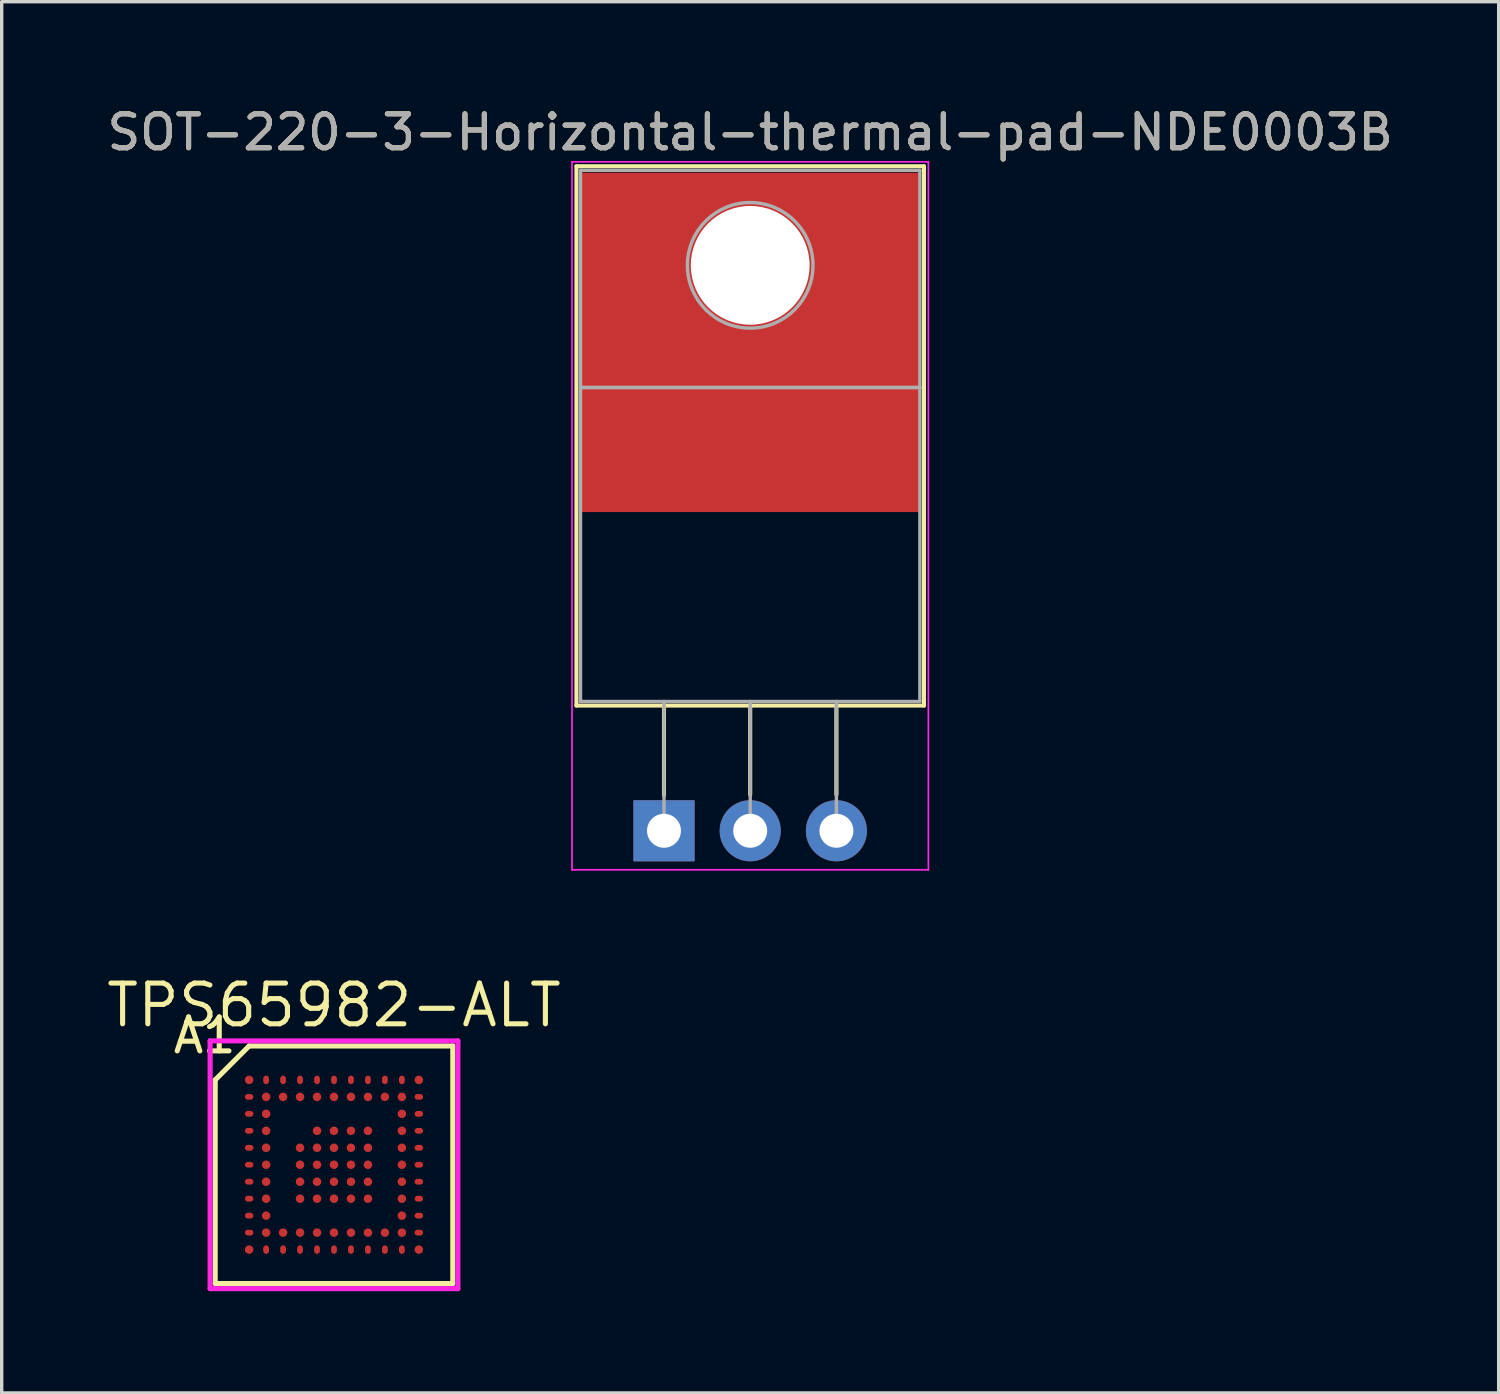
<source format=kicad_pcb>
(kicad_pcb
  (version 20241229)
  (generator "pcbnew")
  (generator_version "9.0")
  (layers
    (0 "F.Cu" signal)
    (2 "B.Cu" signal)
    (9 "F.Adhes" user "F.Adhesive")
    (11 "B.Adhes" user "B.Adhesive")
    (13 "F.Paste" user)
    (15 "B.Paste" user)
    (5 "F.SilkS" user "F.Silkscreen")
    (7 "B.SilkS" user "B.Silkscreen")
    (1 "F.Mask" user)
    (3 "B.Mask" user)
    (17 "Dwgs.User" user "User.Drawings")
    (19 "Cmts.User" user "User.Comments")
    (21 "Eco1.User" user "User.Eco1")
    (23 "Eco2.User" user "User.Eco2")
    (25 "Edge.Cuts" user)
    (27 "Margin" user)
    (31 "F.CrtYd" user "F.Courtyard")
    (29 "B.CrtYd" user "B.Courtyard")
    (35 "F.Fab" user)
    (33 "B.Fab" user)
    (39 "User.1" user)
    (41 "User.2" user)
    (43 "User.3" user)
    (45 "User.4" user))
  (footprint "TPS65982-ALT"
    (layer "F.Cu")
    (at 6.791 31.268)
    (property "Reference" "TPS65982-ALT" (at 0 -4.7 0) (layer "F.SilkS") (effects (font (size 1.2 1.2) (thickness 0.15))))
    (attr through_hole)
    (fp_line (start -3.5 -2.5) (end -3.5 3.5) (stroke (width 0.15) (type solid)) (layer "F.SilkS"))
    (fp_line (start -3.5 3.5) (end 3.5 3.5) (stroke (width 0.15) (type solid)) (layer "F.SilkS"))
    (fp_line (start -2.5 -3.5) (end -3.5 -2.5) (stroke (width 0.15) (type solid)) (layer "F.SilkS"))
    (fp_line (start 3.5 -3.5) (end -2.5 -3.5) (stroke (width 0.15) (type solid)) (layer "F.SilkS"))
    (fp_line (start 3.5 3.5) (end 3.5 -3.5) (stroke (width 0.15) (type solid)) (layer "F.SilkS"))
    (fp_line (start -3.65 -3.65) (end 3.65 -3.65) (stroke (width 0.15) (type solid)) (layer "F.CrtYd"))
    (fp_line (start -3.65 3.65) (end -3.65 -3.65) (stroke (width 0.15) (type solid)) (layer "F.CrtYd"))
    (fp_line (start 3.65 -3.65) (end 3.65 3.65) (stroke (width 0.15) (type solid)) (layer "F.CrtYd"))
    (fp_line (start 3.65 3.65) (end -3.65 3.65) (stroke (width 0.15) (type solid)) (layer "F.CrtYd"))
    (fp_text user "A1" (at -3.81 -3.81 0) (layer "F.SilkS") (effects (font (size 1 1) (thickness 0.15))))
    (pad "A1" smd circle (at -2.5 -2.5) (size 0.25 0.25) (layers "F.Cu" "F.Mask" "F.Paste"))
    (pad "A2" smd oval (at -2 -2.5) (size 0.17 0.25) (layers "F.Cu" "F.Mask" "F.Paste"))
    (pad "A3" smd oval (at -1.5 -2.5) (size 0.17 0.25) (layers "F.Cu" "F.Mask" "F.Paste"))
    (pad "A4" smd oval (at -1 -2.5) (size 0.17 0.25) (layers "F.Cu" "F.Mask" "F.Paste"))
    (pad "A5" smd oval (at -0.5 -2.5) (size 0.17 0.25) (layers "F.Cu" "F.Mask" "F.Paste"))
    (pad "A6" smd oval (at 0 -2.5) (size 0.17 0.25) (layers "F.Cu" "F.Mask" "F.Paste"))
    (pad "A7" smd oval (at 0.5 -2.5) (size 0.17 0.25) (layers "F.Cu" "F.Mask" "F.Paste"))
    (pad "A8" smd oval (at 1 -2.5) (size 0.17 0.25) (layers "F.Cu" "F.Mask" "F.Paste"))
    (pad "A9" smd oval (at 1.5 -2.5) (size 0.17 0.25) (layers "F.Cu" "F.Mask" "F.Paste"))
    (pad "A10" smd oval (at 2 -2.5) (size 0.17 0.25) (layers "F.Cu" "F.Mask" "F.Paste"))
    (pad "A11" smd circle (at 2.5 -2.5) (size 0.25 0.25) (layers "F.Cu" "F.Mask" "F.Paste"))
    (pad "B1" smd oval (at -2.5 -2) (size 0.25 0.17) (layers "F.Cu" "F.Mask" "F.Paste"))
    (pad "B2" smd circle (at -2 -2) (size 0.25 0.25) (layers "F.Cu" "F.Mask" "F.Paste"))
    (pad "B3" smd circle (at -1.5 -2) (size 0.25 0.25) (layers "F.Cu" "F.Mask" "F.Paste"))
    (pad "B4" smd circle (at -1 -2) (size 0.25 0.25) (layers "F.Cu" "F.Mask" "F.Paste"))
    (pad "B5" smd circle (at -0.5 -2) (size 0.25 0.25) (layers "F.Cu" "F.Mask" "F.Paste"))
    (pad "B6" smd circle (at 0 -2) (size 0.25 0.25) (layers "F.Cu" "F.Mask" "F.Paste"))
    (pad "B7" smd circle (at 0.5 -2) (size 0.25 0.25) (layers "F.Cu" "F.Mask" "F.Paste"))
    (pad "B8" smd circle (at 1 -2) (size 0.25 0.25) (layers "F.Cu" "F.Mask" "F.Paste"))
    (pad "B9" smd circle (at 1.5 -2) (size 0.25 0.25) (layers "F.Cu" "F.Mask" "F.Paste"))
    (pad "B10" smd circle (at 2 -2) (size 0.25 0.25) (layers "F.Cu" "F.Mask" "F.Paste"))
    (pad "B11" smd oval (at 2.5 -2) (size 0.25 0.17) (layers "F.Cu" "F.Mask" "F.Paste"))
    (pad "C1" smd oval (at -2.5 -1.5) (size 0.25 0.17) (layers "F.Cu" "F.Mask" "F.Paste"))
    (pad "C2" smd circle (at -2 -1.5) (size 0.25 0.25) (layers "F.Cu" "F.Mask" "F.Paste"))
    (pad "C10" smd circle (at 2 -1.5) (size 0.25 0.25) (layers "F.Cu" "F.Mask" "F.Paste"))
    (pad "C11" smd oval (at 2.5 -1.5) (size 0.25 0.17) (layers "F.Cu" "F.Mask" "F.Paste"))
    (pad "D1" smd oval (at -2.5 -1) (size 0.25 0.17) (layers "F.Cu" "F.Mask" "F.Paste"))
    (pad "D2" smd circle (at -2 -1) (size 0.25 0.25) (layers "F.Cu" "F.Mask" "F.Paste"))
    (pad "D5" smd circle (at -0.5 -1) (size 0.25 0.25) (layers "F.Cu" "F.Mask" "F.Paste"))
    (pad "D6" smd circle (at 0 -1) (size 0.25 0.25) (layers "F.Cu" "F.Mask" "F.Paste"))
    (pad "D7" smd circle (at 0.5 -1) (size 0.25 0.25) (layers "F.Cu" "F.Mask" "F.Paste"))
    (pad "D8" smd circle (at 1 -1) (size 0.25 0.25) (layers "F.Cu" "F.Mask" "F.Paste"))
    (pad "D10" smd circle (at 2 -1) (size 0.25 0.25) (layers "F.Cu" "F.Mask" "F.Paste"))
    (pad "D11" smd oval (at 2.5 -1) (size 0.25 0.17) (layers "F.Cu" "F.Mask" "F.Paste"))
    (pad "E1" smd oval (at -2.5 -0.5) (size 0.25 0.17) (layers "F.Cu" "F.Mask" "F.Paste"))
    (pad "E2" smd circle (at -2 -0.5) (size 0.25 0.25) (layers "F.Cu" "F.Mask" "F.Paste"))
    (pad "E4" smd circle (at -1 -0.5) (size 0.25 0.25) (layers "F.Cu" "F.Mask" "F.Paste"))
    (pad "E5" smd circle (at -0.5 -0.5) (size 0.25 0.25) (layers "F.Cu" "F.Mask" "F.Paste"))
    (pad "E6" smd circle (at 0 -0.5) (size 0.25 0.25) (layers "F.Cu" "F.Mask" "F.Paste"))
    (pad "E7" smd circle (at 0.5 -0.5) (size 0.25 0.25) (layers "F.Cu" "F.Mask" "F.Paste"))
    (pad "E8" smd circle (at 1 -0.5) (size 0.25 0.25) (layers "F.Cu" "F.Mask" "F.Paste"))
    (pad "E10" smd circle (at 2 -0.5) (size 0.25 0.25) (layers "F.Cu" "F.Mask" "F.Paste"))
    (pad "E11" smd oval (at 2.5 -0.5) (size 0.25 0.17) (layers "F.Cu" "F.Mask" "F.Paste"))
    (pad "F1" smd oval (at -2.5 0) (size 0.25 0.17) (layers "F.Cu" "F.Mask" "F.Paste"))
    (pad "F2" smd circle (at -2 0) (size 0.25 0.25) (layers "F.Cu" "F.Mask" "F.Paste"))
    (pad "F4" smd circle (at -1 0) (size 0.25 0.25) (layers "F.Cu" "F.Mask" "F.Paste"))
    (pad "F5" smd circle (at -0.5 0) (size 0.25 0.25) (layers "F.Cu" "F.Mask" "F.Paste"))
    (pad "F6" smd circle (at 0 0) (size 0.25 0.25) (layers "F.Cu" "F.Mask" "F.Paste"))
    (pad "F7" smd circle (at 0.5 0) (size 0.25 0.25) (layers "F.Cu" "F.Mask" "F.Paste"))
    (pad "F8" smd circle (at 1 0) (size 0.25 0.25) (layers "F.Cu" "F.Mask" "F.Paste"))
    (pad "F10" smd circle (at 2 0) (size 0.25 0.25) (layers "F.Cu" "F.Mask" "F.Paste"))
    (pad "F11" smd oval (at 2.5 0) (size 0.25 0.17) (layers "F.Cu" "F.Mask" "F.Paste"))
    (pad "G1" smd oval (at -2.5 0.5) (size 0.25 0.17) (layers "F.Cu" "F.Mask" "F.Paste"))
    (pad "G2" smd circle (at -2 0.5) (size 0.25 0.25) (layers "F.Cu" "F.Mask" "F.Paste"))
    (pad "G4" smd circle (at -1 0.5) (size 0.25 0.25) (layers "F.Cu" "F.Mask" "F.Paste"))
    (pad "G5" smd circle (at -0.5 0.5) (size 0.25 0.25) (layers "F.Cu" "F.Mask" "F.Paste"))
    (pad "G6" smd circle (at 0 0.5) (size 0.25 0.25) (layers "F.Cu" "F.Mask" "F.Paste"))
    (pad "G7" smd circle (at 0.5 0.5) (size 0.25 0.25) (layers "F.Cu" "F.Mask" "F.Paste"))
    (pad "G8" smd circle (at 1 0.5) (size 0.25 0.25) (layers "F.Cu" "F.Mask" "F.Paste"))
    (pad "G10" smd circle (at 2 0.5) (size 0.25 0.25) (layers "F.Cu" "F.Mask" "F.Paste"))
    (pad "G11" smd oval (at 2.5 0.5) (size 0.25 0.17) (layers "F.Cu" "F.Mask" "F.Paste"))
    (pad "H1" smd oval (at -2.5 1) (size 0.25 0.17) (layers "F.Cu" "F.Mask" "F.Paste"))
    (pad "H2" smd circle (at -2 1) (size 0.25 0.25) (layers "F.Cu" "F.Mask" "F.Paste"))
    (pad "H4" smd circle (at -1 1) (size 0.25 0.25) (layers "F.Cu" "F.Mask" "F.Paste"))
    (pad "H5" smd circle (at -0.5 1) (size 0.25 0.25) (layers "F.Cu" "F.Mask" "F.Paste"))
    (pad "H6" smd circle (at 0 1) (size 0.25 0.25) (layers "F.Cu" "F.Mask" "F.Paste"))
    (pad "H7" smd circle (at 0.5 1) (size 0.25 0.25) (layers "F.Cu" "F.Mask" "F.Paste"))
    (pad "H8" smd circle (at 1 1) (size 0.25 0.25) (layers "F.Cu" "F.Mask" "F.Paste"))
    (pad "H10" smd circle (at 2 1) (size 0.25 0.25) (layers "F.Cu" "F.Mask" "F.Paste"))
    (pad "H11" smd oval (at 2.5 1) (size 0.25 0.17) (layers "F.Cu" "F.Mask" "F.Paste"))
    (pad "J1" smd oval (at -2.5 1.5) (size 0.25 0.17) (layers "F.Cu" "F.Mask" "F.Paste"))
    (pad "J2" smd circle (at -2 1.5) (size 0.25 0.25) (layers "F.Cu" "F.Mask" "F.Paste"))
    (pad "J10" smd circle (at 2 1.5) (size 0.25 0.25) (layers "F.Cu" "F.Mask" "F.Paste"))
    (pad "J11" smd oval (at 2.5 1.5) (size 0.25 0.17) (layers "F.Cu" "F.Mask" "F.Paste"))
    (pad "K1" smd oval (at -2.5 2) (size 0.25 0.17) (layers "F.Cu" "F.Mask" "F.Paste"))
    (pad "K2" smd circle (at -2 2) (size 0.25 0.25) (layers "F.Cu" "F.Mask" "F.Paste"))
    (pad "K3" smd circle (at -1.5 2) (size 0.25 0.25) (layers "F.Cu" "F.Mask" "F.Paste"))
    (pad "K4" smd circle (at -1 2) (size 0.25 0.25) (layers "F.Cu" "F.Mask" "F.Paste"))
    (pad "K5" smd circle (at -0.5 2) (size 0.25 0.25) (layers "F.Cu" "F.Mask" "F.Paste"))
    (pad "K6" smd circle (at 0 2) (size 0.25 0.25) (layers "F.Cu" "F.Mask" "F.Paste"))
    (pad "K7" smd circle (at 0.5 2) (size 0.25 0.25) (layers "F.Cu" "F.Mask" "F.Paste"))
    (pad "K8" smd circle (at 1 2) (size 0.25 0.25) (layers "F.Cu" "F.Mask" "F.Paste"))
    (pad "K9" smd circle (at 1.5 2) (size 0.25 0.25) (layers "F.Cu" "F.Mask" "F.Paste"))
    (pad "K10" smd circle (at 2 2) (size 0.25 0.25) (layers "F.Cu" "F.Mask" "F.Paste"))
    (pad "K11" smd oval (at 2.5 2) (size 0.25 0.17) (layers "F.Cu" "F.Mask" "F.Paste"))
    (pad "L1" smd circle (at -2.5 2.5) (size 0.25 0.25) (layers "F.Cu" "F.Mask" "F.Paste"))
    (pad "L2" smd oval (at -2 2.5) (size 0.17 0.25) (layers "F.Cu" "F.Mask" "F.Paste"))
    (pad "L3" smd oval (at -1.5 2.5) (size 0.17 0.25) (layers "F.Cu" "F.Mask" "F.Paste"))
    (pad "L4" smd oval (at -1 2.5) (size 0.17 0.25) (layers "F.Cu" "F.Mask" "F.Paste"))
    (pad "L5" smd oval (at -0.5 2.5) (size 0.17 0.25) (layers "F.Cu" "F.Mask" "F.Paste"))
    (pad "L6" smd oval (at 0 2.5) (size 0.17 0.25) (layers "F.Cu" "F.Mask" "F.Paste"))
    (pad "L7" smd oval (at 0.5 2.5) (size 0.17 0.25) (layers "F.Cu" "F.Mask" "F.Paste"))
    (pad "L8" smd oval (at 1 2.5) (size 0.17 0.25) (layers "F.Cu" "F.Mask" "F.Paste"))
    (pad "L9" smd oval (at 1.5 2.5) (size 0.17 0.25) (layers "F.Cu" "F.Mask" "F.Paste"))
    (pad "L10" smd oval (at 2 2.5) (size 0.17 0.25) (layers "F.Cu" "F.Mask" "F.Paste"))
    (pad "L11" smd circle (at 2.5 2.5) (size 0.25 0.25) (layers "F.Cu" "F.Mask" "F.Paste")))
  (footprint "SOT-220-3-Horizontal-thermal-pad-NDE0003B"
    (layer "F.Cu")
    (at 16.514 21.428)
    (property "Reference" "SOT-220-3-Horizontal-thermal-pad-NDE0003B" (at 2.54 -20.58 0) (layer "F.SilkS") (effects (font (size 1 1) (thickness 0.15))))
    (attr through_hole)
    (fp_line (start -2.58 -19.58) (end -2.58 -3.69) (stroke (width 0.12) (type solid)) (layer "F.SilkS"))
    (fp_line (start -2.58 -19.58) (end 7.66 -19.58) (stroke (width 0.12) (type solid)) (layer "F.SilkS"))
    (fp_line (start -2.58 -3.69) (end 7.66 -3.69) (stroke (width 0.12) (type solid)) (layer "F.SilkS"))
    (fp_line (start 0 -3.69) (end 0 -1.05) (stroke (width 0.12) (type solid)) (layer "F.SilkS"))
    (fp_line (start 2.54 -3.69) (end 2.54 -1.066) (stroke (width 0.12) (type solid)) (layer "F.SilkS"))
    (fp_line (start 5.08 -3.69) (end 5.08 -1.066) (stroke (width 0.12) (type solid)) (layer "F.SilkS"))
    (fp_line (start 7.66 -19.58) (end 7.66 -3.69) (stroke (width 0.12) (type solid)) (layer "F.SilkS"))
    (fp_line (start -2.71 -19.71) (end -2.71 1.15) (stroke (width 0.05) (type solid)) (layer "F.CrtYd"))
    (fp_line (start -2.71 1.15) (end 7.79 1.15) (stroke (width 0.05) (type solid)) (layer "F.CrtYd"))
    (fp_line (start 7.79 -19.71) (end -2.71 -19.71) (stroke (width 0.05) (type solid)) (layer "F.CrtYd"))
    (fp_line (start 7.79 1.15) (end 7.79 -19.71) (stroke (width 0.05) (type solid)) (layer "F.CrtYd"))
    (fp_line (start -2.46 -19.46) (end 7.54 -19.46) (stroke (width 0.1) (type solid)) (layer "F.Fab"))
    (fp_line (start -2.46 -13.06) (end -2.46 -19.46) (stroke (width 0.1) (type solid)) (layer "F.Fab"))
    (fp_line (start -2.46 -13.06) (end 7.54 -13.06) (stroke (width 0.1) (type solid)) (layer "F.Fab"))
    (fp_line (start -2.46 -3.81) (end -2.46 -13.06) (stroke (width 0.1) (type solid)) (layer "F.Fab"))
    (fp_line (start 0 -3.81) (end 0 0) (stroke (width 0.1) (type solid)) (layer "F.Fab"))
    (fp_line (start 2.54 -3.81) (end 2.54 0) (stroke (width 0.1) (type solid)) (layer "F.Fab"))
    (fp_line (start 5.08 -3.81) (end 5.08 0) (stroke (width 0.1) (type solid)) (layer "F.Fab"))
    (fp_line (start 7.54 -19.46) (end 7.54 -13.06) (stroke (width 0.1) (type solid)) (layer "F.Fab"))
    (fp_line (start 7.54 -13.06) (end -2.46 -13.06) (stroke (width 0.1) (type solid)) (layer "F.Fab"))
    (fp_line (start 7.54 -13.06) (end 7.54 -3.81) (stroke (width 0.1) (type solid)) (layer "F.Fab"))
    (fp_line (start 7.54 -3.81) (end -2.46 -3.81) (stroke (width 0.1) (type solid)) (layer "F.Fab"))
    (fp_circle (center 2.54 -16.66) (end 4.39 -16.66) (stroke (width 0.1) (type solid)) (fill no) (layer "F.Fab"))
    (fp_text user "${REFERENCE}" (at 2.54 -20.58 0) (layer "F.Fab") (effects (font (size 1 1) (thickness 0.15))))
    (pad "" np_thru_hole oval (at 2.54 -16.66) (size 3.5 3.5) (drill 3.5) (layers "*.Cu" "*.Mask"))
    (pad "1" thru_hole rect (at 0 0) (size 1.8 1.8) (drill 1) (layers "*.Cu" "*.Mask"))
    (pad "2" thru_hole oval (at 2.54 0) (size 1.8 1.8) (drill 1) (layers "*.Cu" "*.Mask"))
    (pad "3" thru_hole oval (at 5.08 0) (size 1.8 1.8) (drill 1) (layers "*.Cu" "*.Mask"))
    (pad "4" smd rect (at 2.57 -14.39) (size 10 10) (layers "F.Cu" "F.Mask" "F.Paste")))
  (gr_rect
    (start -3 -3)
    (end 41.107 37.993)
    (stroke (width 0.1) (type default))
    (fill no)
    (layer "Edge.Cuts")))
</source>
